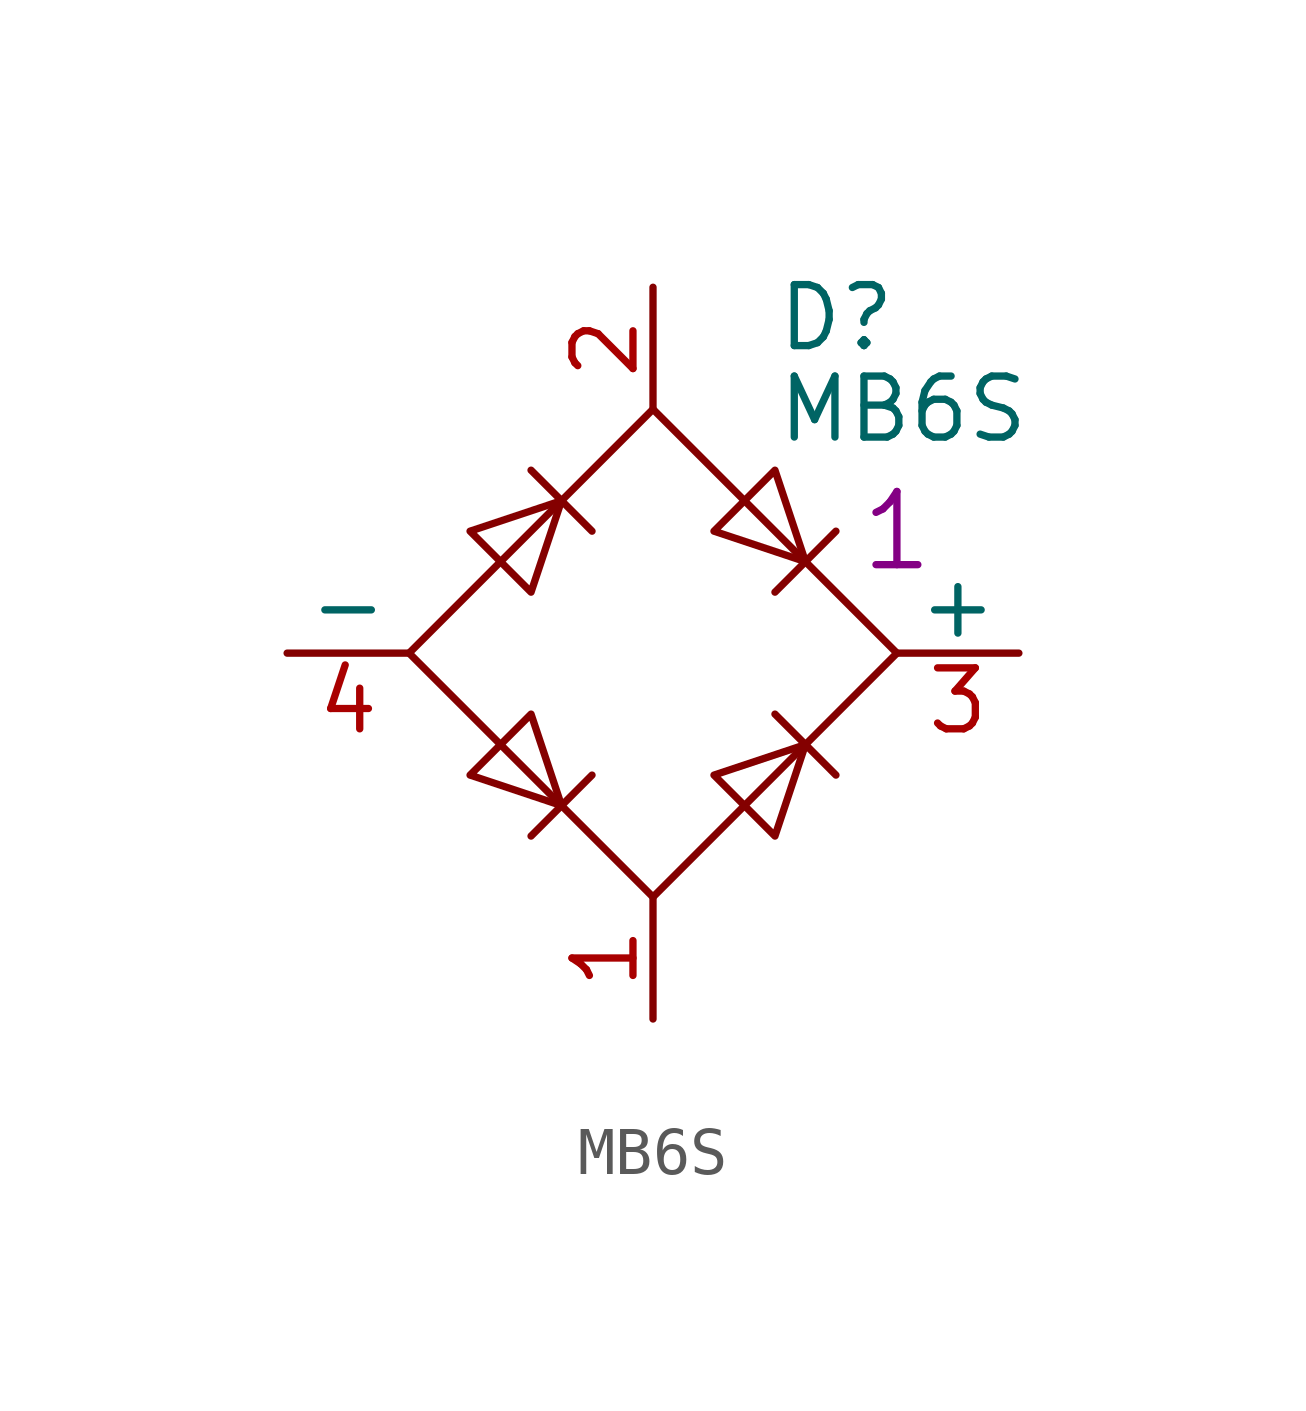
<source format=kicad_sym>
(kicad_symbol_lib
  (version 20201005)
  (generator kicad_symbol_editor)
  (symbol "S_Diode_Bridge:MB6S"
    (pin_names
      (offset 0))
    (property "Reference" "D"
      (at 2.54 6.985 0)
      (effects (font (size 1.27 1.27)) (justify left)))
    (property "Value" "MB6S"
      (at 2.54 5.08 0)
      (effects (font (size 1.27 1.27)) (justify left)))
    (property "Qty" "1"
      (at 5.08 2.54 0)
      (effects (font (size 1.524 1.524))))
    (symbol "MB6S_0_1"
      (polyline (pts (xy -2.54 3.81) (xy -1.27 2.54)) (stroke (width 0)) (fill (type none)))
      (polyline (pts (xy -1.27 -2.54) (xy -2.54 -3.81)) (stroke (width 0)) (fill (type none)))
      (polyline (pts (xy 2.54 -1.27) (xy 3.81 -2.54)) (stroke (width 0)) (fill (type none)))
      (polyline (pts (xy 2.54 1.27) (xy 3.81 2.54)) (stroke (width 0)) (fill (type none)))
      (polyline (pts (xy -3.81 2.54) (xy -2.54 1.27) (xy -1.905 3.175) (xy -3.81 2.54)) (stroke (width 0)) (fill (type none)))
      (polyline (pts (xy -2.54 -1.27) (xy -3.81 -2.54) (xy -1.905 -3.175) (xy -2.54 -1.27)) (stroke (width 0)) (fill (type none)))
      (polyline (pts (xy 1.27 2.54) (xy 2.54 3.81) (xy 3.175 1.905) (xy 1.27 2.54)) (stroke (width 0)) (fill (type none)))
      (polyline (pts (xy 3.175 -1.905) (xy 1.27 -2.54) (xy 2.54 -3.81) (xy 3.175 -1.905)) (stroke (width 0)) (fill (type none)))
      (polyline (pts (xy -5.08 0) (xy 0 -5.08) (xy 5.08 0) (xy 0 5.08) (xy -5.08 0)) (stroke (width 0)) (fill (type none))))
    (symbol "MB6S_1_1"
      (pin passive line (at 0 -7.62 90) (length 2.54) (name "~~" (effects (font (size 1.27 1.27)))) (number "1" (effects (font (size 1.27 1.27)))))
      (pin passive line (at 0 7.62 270) (length 2.54) (name "~~" (effects (font (size 1.27 1.27)))) (number "2" (effects (font (size 1.27 1.27)))))
      (pin passive line (at 7.62 0 180) (length 2.54) (name "+" (effects (font (size 1.27 1.27)))) (number "3" (effects (font (size 1.27 1.27)))))
      (pin passive line (at -7.62 0 0) (length 2.54) (name "-" (effects (font (size 1.27 1.27)))) (number "4" (effects (font (size 1.27 1.27))))))))
</source>
